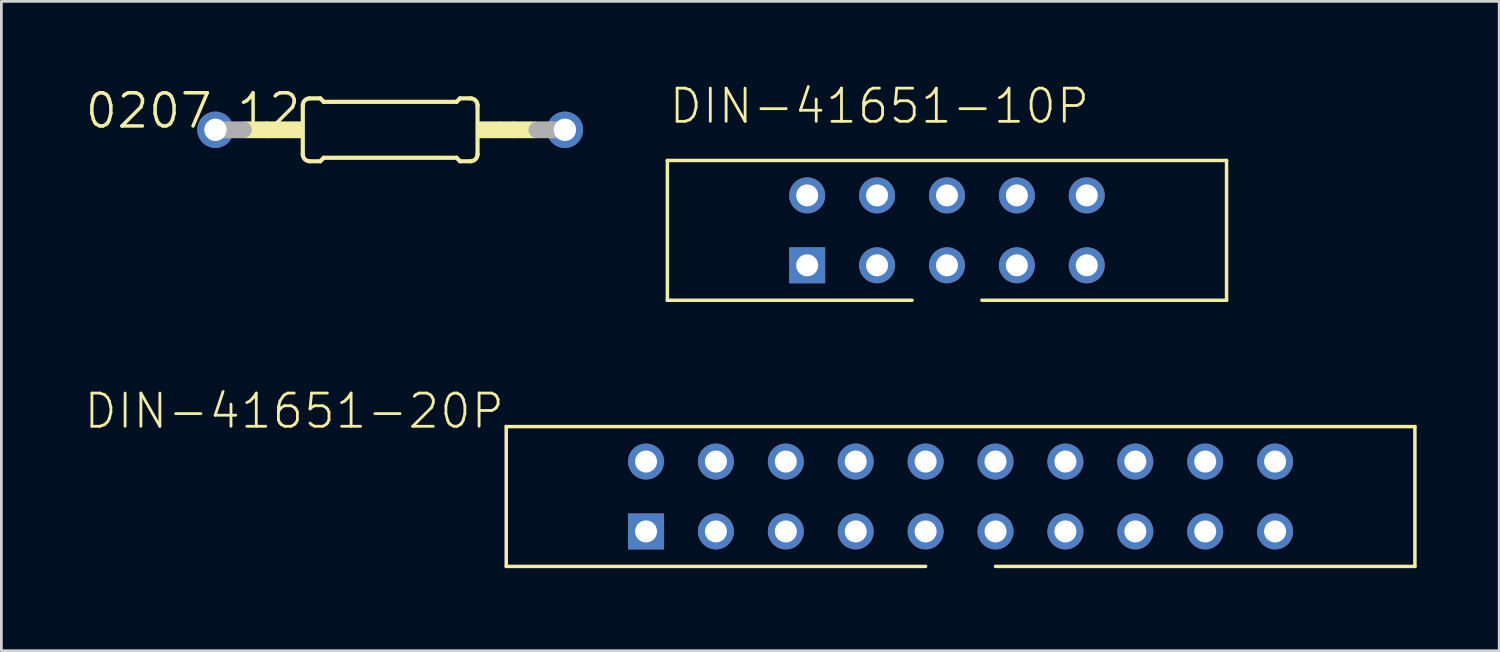
<source format=kicad_pcb>
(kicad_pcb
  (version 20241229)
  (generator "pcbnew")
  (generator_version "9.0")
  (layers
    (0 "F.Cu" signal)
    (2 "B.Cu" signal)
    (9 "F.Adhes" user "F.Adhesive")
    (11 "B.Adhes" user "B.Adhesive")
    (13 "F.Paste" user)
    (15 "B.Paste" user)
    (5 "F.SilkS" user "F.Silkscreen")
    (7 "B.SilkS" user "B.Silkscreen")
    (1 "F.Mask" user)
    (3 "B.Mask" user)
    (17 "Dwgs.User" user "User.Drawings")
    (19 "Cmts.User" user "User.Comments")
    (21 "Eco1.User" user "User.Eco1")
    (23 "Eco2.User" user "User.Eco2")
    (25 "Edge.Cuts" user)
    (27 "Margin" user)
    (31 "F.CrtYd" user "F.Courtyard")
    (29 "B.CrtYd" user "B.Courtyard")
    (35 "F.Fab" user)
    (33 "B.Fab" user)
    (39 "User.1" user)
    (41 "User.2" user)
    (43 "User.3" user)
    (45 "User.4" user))
  (footprint "DIN-41651-20P"
    (layer "F.Cu")
    (at 31.856 14.992)
    (property "Reference" "DIN-41651-20P" (at -16.51 -3.81 0) (layer "F.SilkS") (effects (font (size 1.206 1.206) (thickness 0.102)) (justify right top)))
    (attr through_hole)
    (fp_line (start -16.51 -2.54) (end -16.51 2.54) (stroke (width 0.127) (type solid)) (layer "F.SilkS"))
    (fp_line (start -16.51 -2.54) (end 16.51 -2.54) (stroke (width 0.127) (type solid)) (layer "F.SilkS"))
    (fp_line (start -16.51 2.54) (end -1.27 2.54) (stroke (width 0.127) (type solid)) (layer "F.SilkS"))
    (fp_line (start 1.27 2.54) (end 16.51 2.54) (stroke (width 0.127) (type solid)) (layer "F.SilkS"))
    (fp_line (start 16.51 -2.54) (end 16.51 2.54) (stroke (width 0.127) (type solid)) (layer "F.SilkS"))
    (pad "P$1" thru_hole rect (at -11.43 1.27) (size 1.308 1.308) (drill 0.8) (layers "*.Cu" "*.Mask"))
    (pad "P$2" thru_hole circle (at -11.43 -1.27) (size 1.308 1.308) (drill 0.8) (layers "*.Cu" "*.Mask"))
    (pad "P$3" thru_hole circle (at -8.89 1.27) (size 1.308 1.308) (drill 0.8) (layers "*.Cu" "*.Mask"))
    (pad "P$4" thru_hole circle (at -8.89 -1.27) (size 1.308 1.308) (drill 0.8) (layers "*.Cu" "*.Mask"))
    (pad "P$5" thru_hole circle (at -6.35 1.27) (size 1.308 1.308) (drill 0.8) (layers "*.Cu" "*.Mask"))
    (pad "P$6" thru_hole circle (at -6.35 -1.27) (size 1.308 1.308) (drill 0.8) (layers "*.Cu" "*.Mask"))
    (pad "P$7" thru_hole circle (at -3.81 1.27) (size 1.308 1.308) (drill 0.8) (layers "*.Cu" "*.Mask"))
    (pad "P$8" thru_hole circle (at -3.81 -1.27) (size 1.308 1.308) (drill 0.8) (layers "*.Cu" "*.Mask"))
    (pad "P$9" thru_hole circle (at -1.27 1.27) (size 1.308 1.308) (drill 0.8) (layers "*.Cu" "*.Mask"))
    (pad "P$10" thru_hole circle (at -1.27 -1.27) (size 1.308 1.308) (drill 0.8) (layers "*.Cu" "*.Mask"))
    (pad "P$11" thru_hole circle (at 1.27 1.27) (size 1.308 1.308) (drill 0.8) (layers "*.Cu" "*.Mask"))
    (pad "P$12" thru_hole circle (at 1.27 -1.27) (size 1.308 1.308) (drill 0.8) (layers "*.Cu" "*.Mask"))
    (pad "P$13" thru_hole circle (at 3.81 1.27) (size 1.308 1.308) (drill 0.8) (layers "*.Cu" "*.Mask"))
    (pad "P$14" thru_hole circle (at 3.81 -1.27) (size 1.308 1.308) (drill 0.8) (layers "*.Cu" "*.Mask"))
    (pad "P$15" thru_hole circle (at 6.35 1.27) (size 1.308 1.308) (drill 0.8) (layers "*.Cu" "*.Mask"))
    (pad "P$16" thru_hole circle (at 6.35 -1.27) (size 1.308 1.308) (drill 0.8) (layers "*.Cu" "*.Mask"))
    (pad "P$17" thru_hole circle (at 8.89 1.27) (size 1.308 1.308) (drill 0.8) (layers "*.Cu" "*.Mask"))
    (pad "P$18" thru_hole circle (at 8.89 -1.27) (size 1.308 1.308) (drill 0.8) (layers "*.Cu" "*.Mask"))
    (pad "P$19" thru_hole circle (at 11.43 1.27) (size 1.308 1.308) (drill 0.8) (layers "*.Cu" "*.Mask"))
    (pad "P$20" thru_hole circle (at 11.43 -1.27) (size 1.308 1.308) (drill 0.8) (layers "*.Cu" "*.Mask")))
  (footprint "DIN-41651-10P"
    (layer "F.Cu")
    (at 31.362 5.321)
    (property "Reference" "DIN-41651-10P" (at -10.16 -3.81 0) (layer "F.SilkS") (effects (font (size 1.206 1.206) (thickness 0.102)) (justify left bottom)))
    (attr through_hole)
    (fp_line (start -10.16 -2.54) (end -10.16 2.54) (stroke (width 0.127) (type solid)) (layer "F.SilkS"))
    (fp_line (start -10.16 2.54) (end -1.27 2.54) (stroke (width 0.127) (type solid)) (layer "F.SilkS"))
    (fp_line (start 1.27 2.54) (end 10.16 2.54) (stroke (width 0.127) (type solid)) (layer "F.SilkS"))
    (fp_line (start 10.16 -2.54) (end -10.16 -2.54) (stroke (width 0.127) (type solid)) (layer "F.SilkS"))
    (fp_line (start 10.16 2.54) (end 10.16 -2.54) (stroke (width 0.127) (type solid)) (layer "F.SilkS"))
    (pad "P$1" thru_hole rect (at -5.08 1.27) (size 1.308 1.308) (drill 0.8) (layers "*.Cu" "*.Mask"))
    (pad "P$2" thru_hole circle (at -5.08 -1.27) (size 1.308 1.308) (drill 0.8) (layers "*.Cu" "*.Mask"))
    (pad "P$3" thru_hole circle (at -2.54 1.27) (size 1.308 1.308) (drill 0.8) (layers "*.Cu" "*.Mask"))
    (pad "P$4" thru_hole circle (at -2.54 -1.27) (size 1.308 1.308) (drill 0.8) (layers "*.Cu" "*.Mask"))
    (pad "P$5" thru_hole circle (at 0 1.27) (size 1.308 1.308) (drill 0.8) (layers "*.Cu" "*.Mask"))
    (pad "P$6" thru_hole circle (at 0 -1.27) (size 1.308 1.308) (drill 0.8) (layers "*.Cu" "*.Mask"))
    (pad "P$7" thru_hole circle (at 2.54 1.27) (size 1.308 1.308) (drill 0.8) (layers "*.Cu" "*.Mask"))
    (pad "P$8" thru_hole circle (at 2.54 -1.27) (size 1.308 1.308) (drill 0.8) (layers "*.Cu" "*.Mask"))
    (pad "P$9" thru_hole circle (at 5.08 1.27) (size 1.308 1.308) (drill 0.8) (layers "*.Cu" "*.Mask"))
    (pad "P$10" thru_hole circle (at 5.08 -1.27) (size 1.308 1.308) (drill 0.8) (layers "*.Cu" "*.Mask")))
  (footprint "0207_12"
    (layer "F.Cu")
    (at 11.128 1.667)
    (property "Reference" "0207_12" (at -3.175 -1.397 0) (layer "F.SilkS") (effects (font (size 1.206 1.206) (thickness 0.127)) (justify right top)))
    (attr through_hole)
    (fp_line (start -4.445 0) (end -4.064 0) (stroke (width 0.61) (type solid)) (layer "F.SilkS"))
    (fp_line (start -3.175 0.889) (end -3.175 -0.889) (stroke (width 0.152) (type solid)) (layer "F.SilkS"))
    (fp_line (start -2.921 -1.143) (end -2.54 -1.143) (stroke (width 0.152) (type solid)) (layer "F.SilkS"))
    (fp_line (start -2.921 1.143) (end -2.54 1.143) (stroke (width 0.152) (type solid)) (layer "F.SilkS"))
    (fp_line (start -2.413 -1.016) (end -2.54 -1.143) (stroke (width 0.152) (type solid)) (layer "F.SilkS"))
    (fp_line (start -2.413 1.016) (end -2.54 1.143) (stroke (width 0.152) (type solid)) (layer "F.SilkS"))
    (fp_line (start 2.413 -1.016) (end -2.413 -1.016) (stroke (width 0.152) (type solid)) (layer "F.SilkS"))
    (fp_line (start 2.413 -1.016) (end 2.54 -1.143) (stroke (width 0.152) (type solid)) (layer "F.SilkS"))
    (fp_line (start 2.413 1.016) (end -2.413 1.016) (stroke (width 0.152) (type solid)) (layer "F.SilkS"))
    (fp_line (start 2.413 1.016) (end 2.54 1.143) (stroke (width 0.152) (type solid)) (layer "F.SilkS"))
    (fp_line (start 2.921 -1.143) (end 2.54 -1.143) (stroke (width 0.152) (type solid)) (layer "F.SilkS"))
    (fp_line (start 2.921 1.143) (end 2.54 1.143) (stroke (width 0.152) (type solid)) (layer "F.SilkS"))
    (fp_line (start 3.175 0.889) (end 3.175 -0.889) (stroke (width 0.152) (type solid)) (layer "F.SilkS"))
    (fp_line (start 4.445 0) (end 4.064 0) (stroke (width 0.61) (type solid)) (layer "F.SilkS"))
    (fp_arc (start -3.175 -0.889) (mid -3.100605 -1.068605) (end -2.921 -1.143) (stroke (width 0.1524) (type solid)) (layer "F.SilkS"))
    (fp_arc (start -2.921 1.143) (mid -3.100605 1.068605) (end -3.175 0.889) (stroke (width 0.1524) (type solid)) (layer "F.SilkS"))
    (fp_arc (start 2.921 -1.143) (mid 3.100605 -1.068605) (end 3.175 -0.889) (stroke (width 0.1524) (type solid)) (layer "F.SilkS"))
    (fp_arc (start 3.175 0.889) (mid 3.100605 1.068605) (end 2.921 1.143) (stroke (width 0.1524) (type solid)) (layer "F.SilkS"))
    (fp_poly (pts (xy -5.309 0.305) (xy -4.445 0.305) (xy -4.445 -0.305) (xy -5.309 -0.305)) (stroke (width 0) (type solid)) (fill yes) (layer "F.SilkS"))
    (fp_poly (pts (xy -4.039 0.305) (xy -3.175 0.305) (xy -3.175 -0.305) (xy -4.039 -0.305)) (stroke (width 0) (type solid)) (fill yes) (layer "F.SilkS"))
    (fp_poly (pts (xy 3.175 0.305) (xy 4.039 0.305) (xy 4.039 -0.305) (xy 3.175 -0.305)) (stroke (width 0) (type solid)) (fill yes) (layer "F.SilkS"))
    (fp_poly (pts (xy 4.445 0.305) (xy 5.309 0.305) (xy 5.309 -0.305) (xy 4.445 -0.305)) (stroke (width 0) (type solid)) (fill yes) (layer "F.SilkS"))
    (fp_line (start -6.35 0) (end -5.334 0) (stroke (width 0.61) (type solid)) (layer "F.Fab"))
    (fp_line (start 6.35 0) (end 5.334 0) (stroke (width 0.61) (type solid)) (layer "F.Fab"))
    (pad "1" thru_hole circle (at -6.35 0) (size 1.321 1.321) (drill 0.813) (layers "*.Cu" "*.Mask"))
    (pad "2" thru_hole circle (at 6.35 0) (size 1.321 1.321) (drill 0.813) (layers "*.Cu" "*.Mask")))
  (gr_rect
    (start -3 -3)
    (end 51.429 20.595)
    (stroke (width 0.1) (type default))
    (fill no)
    (layer "Edge.Cuts")))
</source>
